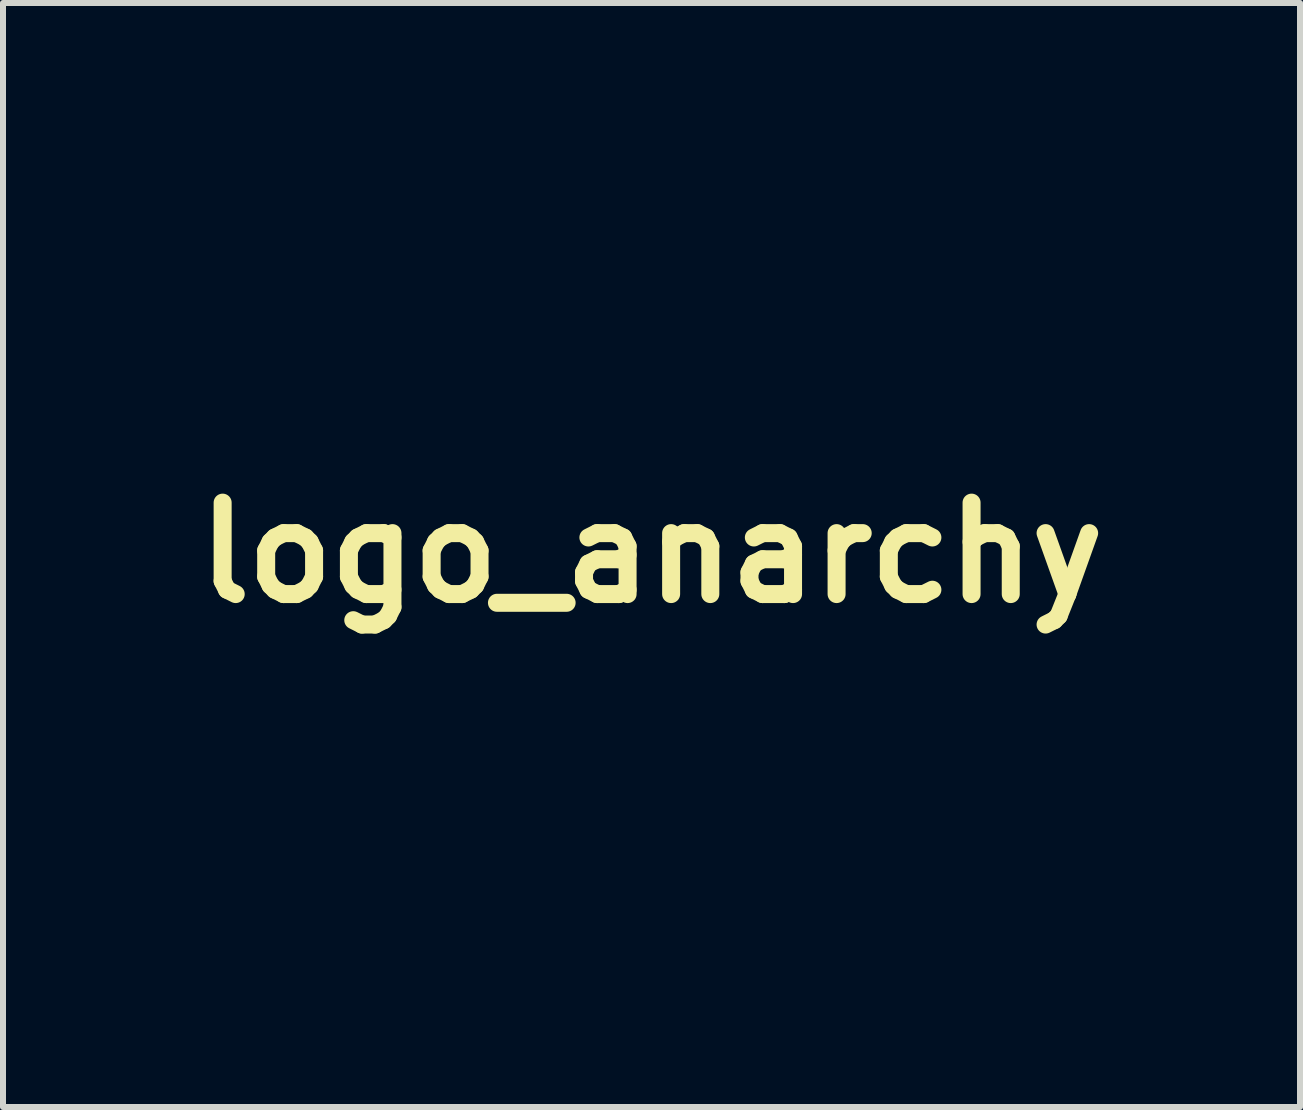
<source format=kicad_pcb>
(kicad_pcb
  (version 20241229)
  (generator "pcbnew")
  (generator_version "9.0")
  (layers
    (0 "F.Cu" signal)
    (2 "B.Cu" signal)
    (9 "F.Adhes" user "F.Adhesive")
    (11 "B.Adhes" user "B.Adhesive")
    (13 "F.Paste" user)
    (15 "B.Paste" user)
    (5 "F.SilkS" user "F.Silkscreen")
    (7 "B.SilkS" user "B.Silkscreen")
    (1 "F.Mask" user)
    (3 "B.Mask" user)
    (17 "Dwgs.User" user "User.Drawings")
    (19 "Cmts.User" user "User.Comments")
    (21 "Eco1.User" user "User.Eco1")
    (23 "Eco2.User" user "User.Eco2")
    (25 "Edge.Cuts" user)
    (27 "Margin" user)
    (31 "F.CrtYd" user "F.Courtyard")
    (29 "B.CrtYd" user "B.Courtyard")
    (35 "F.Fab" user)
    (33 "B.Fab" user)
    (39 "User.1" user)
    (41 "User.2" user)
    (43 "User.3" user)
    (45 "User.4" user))
  (footprint "logo_anarchy"
    (layer "F.Cu")
    (at 7.809 6.162)
    (property "Reference" "logo_anarchy" (at 0 0 0) (layer "F.SilkS") (effects (font (size 1.524 1.524) (thickness 0.3))))
    (attr through_hole)
    (fp_poly (pts (xy 0.349 -6.148) (xy 0.75 -6.12) (xy 1.115 -6.078) (xy 1.405 -6.025) (xy 1.579 -5.966) (xy 1.606 -5.944) (xy 1.716 -5.891) (xy 1.863 -5.864) (xy 2.028 -5.818) (xy 2.299 -5.712) (xy 2.631 -5.565) (xy 2.836 -5.467) (xy 3.733 -4.938) (xy 4.518 -4.296) (xy 5.18 -3.555) (xy 5.711 -2.728) (xy 6.101 -1.831) (xy 6.34 -0.875) (xy 6.403 -0.339) (xy 6.423 0.275) (xy 6.381 0.855) (xy 6.271 1.445) (xy 6.083 2.086) (xy 5.811 2.821) (xy 5.771 2.921) (xy 5.65 3.224) (xy 5.539 3.511) (xy 5.499 3.619) (xy 5.405 3.828) (xy 5.32 3.875) (xy 5.221 3.759) (xy 5.15 3.62) (xy 5.076 3.437) (xy 5.076 3.297) (xy 5.161 3.123) (xy 5.221 3.026) (xy 5.551 2.372) (xy 5.797 1.612) (xy 5.951 0.791) (xy 6.005 -0.047) (xy 5.952 -0.857) (xy 5.919 -1.062) (xy 5.688 -1.864) (xy 5.307 -2.644) (xy 4.794 -3.381) (xy 4.167 -4.055) (xy 3.446 -4.646) (xy 2.649 -5.133) (xy 1.854 -5.475) (xy 1.151 -5.654) (xy 0.368 -5.742) (xy -0.431 -5.738) (xy -1.182 -5.638) (xy -1.344 -5.601) (xy -2.332 -5.275) (xy -3.207 -4.825) (xy -3.971 -4.246) (xy -4.631 -3.536) (xy -5.191 -2.689) (xy -5.38 -2.328) (xy -5.704 -1.512) (xy -5.875 -0.686) (xy -5.894 0.168) (xy -5.761 1.071) (xy -5.581 1.736) (xy -5.433 2.15) (xy -5.264 2.543) (xy -5.09 2.883) (xy -4.928 3.14) (xy -4.794 3.283) (xy -4.743 3.302) (xy -4.674 3.276) (xy -4.673 3.181) (xy -4.747 2.994) (xy -4.902 2.693) (xy -4.953 2.6) (xy -5.291 1.823) (xy -5.509 0.966) (xy -5.6 0.075) (xy -5.559 -0.808) (xy -5.469 -1.312) (xy -5.204 -2.091) (xy -4.793 -2.843) (xy -4.26 -3.541) (xy -3.628 -4.159) (xy -2.921 -4.67) (xy -2.231 -5.019) (xy -1.874 -5.152) (xy -1.507 -5.268) (xy -1.172 -5.356) (xy -0.911 -5.405) (xy -0.77 -5.405) (xy -0.79 -5.326) (xy -0.878 -5.111) (xy -1.027 -4.775) (xy -1.23 -4.335) (xy -1.481 -3.805) (xy -1.771 -3.202) (xy -2.094 -2.54) (xy -2.323 -2.074) (xy -2.727 -1.261) (xy -3.063 -0.59) (xy -3.338 -0.05) (xy -3.557 0.371) (xy -3.727 0.683) (xy -3.853 0.896) (xy -3.942 1.023) (xy -3.999 1.075) (xy -4.031 1.06) (xy -4.032 1.058) (xy -4.062 0.907) (xy -4.087 0.629) (xy -4.102 0.268) (xy -4.106 -0.042) (xy -4.102 -0.471) (xy -4.083 -0.783) (xy -4.042 -1.032) (xy -3.968 -1.271) (xy -3.853 -1.554) (xy -3.839 -1.587) (xy -3.708 -1.906) (xy -3.649 -2.099) (xy -3.658 -2.188) (xy -3.696 -2.201) (xy -3.79 -2.129) (xy -3.925 -1.938) (xy -4.074 -1.663) (xy -4.09 -1.63) (xy -4.229 -1.311) (xy -4.315 -1.031) (xy -4.363 -0.72) (xy -4.388 -0.312) (xy -4.389 -0.28) (xy -4.377 0.502) (xy -4.272 1.169) (xy -4.15 1.563) (xy -4.075 1.722) (xy -4.004 1.739) (xy -3.945 1.687) (xy -3.885 1.588) (xy -3.761 1.352) (xy -3.578 0.996) (xy -3.344 0.533) (xy -3.069 -0.019) (xy -2.759 -0.645) (xy -2.423 -1.33) (xy -2.106 -1.977) (xy -0.381 -5.52) (xy 0.339 -5.476) (xy 1.298 -5.334) (xy 2.206 -5.041) (xy 3.046 -4.607) (xy 3.803 -4.046) (xy 4.46 -3.369) (xy 5.001 -2.59) (xy 5.409 -1.72) (xy 5.467 -1.557) (xy 5.579 -1.187) (xy 5.648 -0.85) (xy 5.683 -0.48) (xy 5.694 -0.009) (xy 5.694 -0.000471) (xy 5.661 0.774) (xy 5.546 1.454) (xy 5.336 2.101) (xy 5.145 2.525) (xy 4.875 3.073) (xy 4.487 2.277) (xy 4.306 1.899) (xy 4.137 1.535) (xy 4.004 1.24) (xy 3.955 1.122) (xy 3.811 0.762) (xy 2.131 0.762) (xy 1.824 1.181) (xy 1.463 1.589) (xy 1.061 1.862) (xy 0.567 2.034) (xy 0.541 2.04) (xy -0.011 2.085) (xy -0.566 1.982) (xy -0.952 1.806) (xy -0.141 1.806) (xy -0.129 1.857) (xy -0.085 1.863) (xy -0.015 1.832) (xy -0.028 1.806) (xy -0.129 1.796) (xy -0.141 1.806) (xy -0.952 1.806) (xy -1.083 1.747) (xy -1.521 1.395) (xy -1.692 1.188) (xy -1.803 1.017) (xy -1.838 0.884) (xy -1.801 0.716) (xy -1.738 0.545) (xy -1.64 0.317) (xy -1.542 0.206) (xy -1.389 0.172) (xy -1.27 0.169) (xy -1.035 0.194) (xy -0.88 0.297) (xy -0.771 0.451) (xy -0.598 0.665) (xy -0.404 0.819) (xy -0.379 0.832) (xy -0.145 0.902) (xy 0.116 0.928) (xy 0.34 0.91) (xy 0.465 0.847) (xy 0.466 0.847) (xy 0.49 0.789) (xy 0.447 0.755) (xy 0.3 0.732) (xy 0.098 0.715) (xy -0.192 0.628) (xy -0.44 0.446) (xy -0.591 0.213) (xy -0.609 0.138) (xy -0.654 0.024) (xy -0.775 -0.037) (xy -1.018 -0.067) (xy -1.035 -0.068) (xy -1.434 -0.094) (xy -0.697 -1.571) (xy -0.467 -2.026) (xy -0.262 -2.424) (xy -0.092 -2.742) (xy 0.029 -2.958) (xy 0.09 -3.047) (xy 0.092 -3.048) (xy 0.144 -2.975) (xy 0.253 -2.775) (xy 0.405 -2.472) (xy 0.587 -2.093) (xy 0.706 -1.841) (xy 1.267 -0.635) (xy 2.191 -0.611) (xy 3.116 -0.587) (xy 2.933 -1.034) (xy 2.819 -1.302) (xy 2.721 -1.514) (xy 2.676 -1.597) (xy 2.592 -1.748) (xy 2.462 -2) (xy 2.305 -2.318) (xy 2.136 -2.665) (xy 1.974 -3.007) (xy 1.835 -3.308) (xy 1.736 -3.532) (xy 1.694 -3.644) (xy 1.693 -3.647) (xy 1.756 -3.67) (xy 1.923 -3.608) (xy 2.165 -3.477) (xy 2.451 -3.293) (xy 2.75 -3.074) (xy 2.78 -3.051) (xy 3.346 -2.505) (xy 3.792 -1.851) (xy 4.033 -1.333) (xy 4.159 -1.054) (xy 4.279 -0.851) (xy 4.368 -0.763) (xy 4.375 -0.762) (xy 4.458 -0.825) (xy 4.453 -0.999) (xy 4.371 -1.256) (xy 4.225 -1.573) (xy 4.03 -1.922) (xy 3.797 -2.28) (xy 3.54 -2.62) (xy 3.302 -2.885) (xy 3.023 -3.142) (xy 2.7 -3.397) (xy 2.359 -3.636) (xy 2.024 -3.845) (xy 1.722 -4.007) (xy 1.479 -4.108) (xy 1.32 -4.133) (xy 1.27 -4.078) (xy 1.304 -3.98) (xy 1.401 -3.753) (xy 1.547 -3.422) (xy 1.734 -3.011) (xy 1.95 -2.546) (xy 1.99 -2.46) (xy 2.209 -1.988) (xy 2.402 -1.566) (xy 2.556 -1.219) (xy 2.662 -0.973) (xy 2.708 -0.85) (xy 2.709 -0.843) (xy 2.634 -0.797) (xy 2.441 -0.771) (xy 2.184 -0.764) (xy 1.912 -0.778) (xy 1.678 -0.812) (xy 1.588 -0.838) (xy 1.491 -0.907) (xy 1.377 -1.056) (xy 1.234 -1.305) (xy 1.051 -1.672) (xy 0.818 -2.177) (xy 0.812 -2.19) (xy 0.613 -2.622) (xy 0.432 -3.003) (xy 0.281 -3.302) (xy 0.175 -3.494) (xy 0.136 -3.548) (xy 0.068 -3.504) (xy -0.057 -3.327) (xy -0.23 -3.041) (xy -0.438 -2.667) (xy -0.671 -2.228) (xy -0.917 -1.746) (xy -1.166 -1.245) (xy -1.407 -0.746) (xy -1.627 -0.271) (xy -1.817 0.157) (xy -1.965 0.515) (xy -2.06 0.781) (xy -2.091 0.934) (xy -2.089 0.945) (xy -2.005 1.124) (xy -1.843 1.363) (xy -1.698 1.54) (xy -1.261 1.923) (xy -0.753 2.182) (xy -0.204 2.316) (xy 0.357 2.326) (xy 0.899 2.215) (xy 1.393 1.982) (xy 1.811 1.629) (xy 1.967 1.428) (xy 2.244 1.02) (xy 2.947 1.018) (xy 3.651 1.016) (xy 4.281 2.338) (xy 4.492 2.784) (xy 4.679 3.189) (xy 4.828 3.523) (xy 4.927 3.756) (xy 4.96 3.848) (xy 4.959 3.962) (xy 4.888 4.099) (xy 4.727 4.285) (xy 4.456 4.547) (xy 4.421 4.58) (xy 3.891 5.007) (xy 3.27 5.407) (xy 2.616 5.747) (xy 1.986 5.995) (xy 1.782 6.054) (xy 1.301 6.146) (xy 0.736 6.206) (xy 0.144 6.232) (xy -0.419 6.223) (xy -0.898 6.175) (xy -1.058 6.144) (xy -1.44 6.043) (xy -1.858 5.918) (xy -2.074 5.846) (xy -2.378 5.723) (xy -2.722 5.558) (xy -3.07 5.372) (xy -3.383 5.187) (xy -3.627 5.023) (xy -3.762 4.902) (xy -3.775 4.879) (xy -3.754 4.77) (xy -3.671 4.538) (xy -3.536 4.215) (xy -3.362 3.83) (xy -3.283 3.664) (xy -2.752 2.551) (xy -2.266 2.92) (xy -1.791 3.245) (xy -1.337 3.467) (xy -0.854 3.602) (xy -0.291 3.665) (xy 0.127 3.676) (xy 0.748 3.655) (xy 1.254 3.576) (xy 1.697 3.425) (xy 2.127 3.185) (xy 2.427 2.97) (xy 2.865 2.638) (xy 3.335 3.742) (xy 3.128 3.904) (xy 2.889 4.059) (xy 2.547 4.245) (xy 2.157 4.433) (xy 1.778 4.598) (xy 1.464 4.711) (xy 1.397 4.73) (xy 0.551 4.862) (xy -0.331 4.853) (xy -1.193 4.707) (xy -1.671 4.557) (xy -1.97 4.466) (xy -2.175 4.446) (xy -2.263 4.496) (xy -2.242 4.575) (xy -2.144 4.634) (xy -1.925 4.725) (xy -1.626 4.83) (xy -1.516 4.866) (xy -1.152 4.97) (xy -0.818 5.035) (xy -0.452 5.069) (xy 0.01 5.08) (xy 0.114 5.08) (xy 1.04 5.024) (xy 1.854 4.854) (xy 2.573 4.563) (xy 3.213 4.146) (xy 3.353 4.03) (xy 3.661 3.764) (xy 3.307 3.049) (xy 3.151 2.735) (xy 3.022 2.483) (xy 2.939 2.33) (xy 2.92 2.3) (xy 2.844 2.331) (xy 2.681 2.448) (xy 2.523 2.577) (xy 2.248 2.782) (xy 1.901 3.001) (xy 1.61 3.159) (xy 1.356 3.279) (xy 1.144 3.357) (xy 0.925 3.402) (xy 0.651 3.423) (xy 0.271 3.429) (xy 0.124 3.429) (xy -0.293 3.426) (xy -0.591 3.412) (xy -0.822 3.376) (xy -1.036 3.307) (xy -1.284 3.196) (xy -1.451 3.114) (xy -1.794 2.925) (xy -2.115 2.716) (xy -2.352 2.526) (xy -2.378 2.501) (xy -2.563 2.327) (xy -2.708 2.219) (xy -2.753 2.202) (xy -2.817 2.274) (xy -2.941 2.474) (xy -3.111 2.777) (xy -3.313 3.159) (xy -3.496 3.52) (xy -3.721 3.958) (xy -3.923 4.327) (xy -4.088 4.605) (xy -4.204 4.77) (xy -4.251 4.806) (xy -4.351 4.758) (xy -4.408 4.681) (xy -4.417 4.558) (xy -4.372 4.369) (xy -4.267 4.098) (xy -4.098 3.724) (xy -3.858 3.231) (xy -3.668 2.849) (xy -2.83 1.174) (xy -2.554 1.6) (xy -2.149 2.107) (xy -1.644 2.516) (xy -1.192 2.772) (xy -0.892 2.898) (xy -0.581 2.977) (xy -0.194 3.021) (xy 0.01 3.033) (xy 0.385 3.046) (xy 0.653 3.034) (xy 0.878 2.987) (xy 1.122 2.893) (xy 1.31 2.808) (xy 1.799 2.523) (xy 2.237 2.166) (xy 2.283 2.12) (xy 2.592 1.836) (xy 2.835 1.698) (xy 3.029 1.707) (xy 3.192 1.861) (xy 3.315 2.095) (xy 3.436 2.362) (xy 3.603 2.714) (xy 3.786 3.087) (xy 3.837 3.19) (xy 4.187 3.882) (xy 4.019 4.07) (xy 3.866 4.209) (xy 3.619 4.396) (xy 3.329 4.594) (xy 3.302 4.612) (xy 2.409 5.094) (xy 1.494 5.408) (xy 0.554 5.554) (xy -0.411 5.533) (xy -1.298 5.371) (xy -1.614 5.277) (xy -1.962 5.152) (xy -2.307 5.012) (xy -2.612 4.872) (xy -2.841 4.749) (xy -2.956 4.66) (xy -2.963 4.641) (xy -2.929 4.542) (xy -2.844 4.346) (xy -2.732 4.105) (xy -2.62 3.875) (xy -2.532 3.708) (xy -2.502 3.662) (xy -2.425 3.688) (xy -2.241 3.776) (xy -2.023 3.891) (xy -1.274 4.204) (xy -0.466 4.375) (xy 0.37 4.404) (xy 1.198 4.292) (xy 1.985 4.037) (xy 2.217 3.929) (xy 2.453 3.798) (xy 2.622 3.683) (xy 2.669 3.637) (xy 2.701 3.522) (xy 2.598 3.501) (xy 2.369 3.574) (xy 2.18 3.66) (xy 1.339 3.983) (xy 0.49 4.139) (xy -0.357 4.127) (xy -1.195 3.947) (xy -2.006 3.605) (xy -2.539 3.322) (xy -2.704 3.589) (xy -2.87 3.881) (xy -3.025 4.194) (xy -3.151 4.487) (xy -3.231 4.717) (xy -3.247 4.846) (xy -3.244 4.851) (xy -3.129 4.941) (xy -2.891 5.067) (xy -2.567 5.216) (xy -2.194 5.37) (xy -1.809 5.514) (xy -1.45 5.632) (xy -1.278 5.681) (xy -0.466 5.818) (xy 0.397 5.839) (xy 1.261 5.747) (xy 2.08 5.547) (xy 2.722 5.287) (xy 3.002 5.13) (xy 3.337 4.918) (xy 3.688 4.679) (xy 4.011 4.442) (xy 4.267 4.237) (xy 4.404 4.104) (xy 4.434 4.031) (xy 4.422 3.91) (xy 4.362 3.719) (xy 4.244 3.434) (xy 4.063 3.034) (xy 3.929 2.751) (xy 3.349 1.524) (xy 2.933 1.524) (xy 2.699 1.534) (xy 2.526 1.583) (xy 2.356 1.7) (xy 2.135 1.913) (xy 2.114 1.934) (xy 1.835 2.184) (xy 1.528 2.408) (xy 1.318 2.528) (xy 0.726 2.718) (xy 0.078 2.772) (xy -0.583 2.692) (xy -1.216 2.478) (xy -1.301 2.437) (xy -1.668 2.192) (xy -2.034 1.845) (xy -2.343 1.458) (xy -2.498 1.184) (xy -2.66 0.824) (xy -1.803 -0.879) (xy -1.514 -1.459) (xy -1.212 -2.069) (xy -0.92 -2.666) (xy -0.66 -3.204) (xy -0.452 -3.641) (xy -0.434 -3.681) (xy 0.079 -4.779) (xy 0.496 -3.892) (xy 0.716 -3.422) (xy 0.962 -2.897) (xy 1.194 -2.401) (xy 1.297 -2.18) (xy 1.501 -1.768) (xy 1.664 -1.492) (xy 1.782 -1.357) (xy 1.849 -1.371) (xy 1.863 -1.47) (xy 1.828 -1.578) (xy 1.733 -1.809) (xy 1.592 -2.135) (xy 1.417 -2.525) (xy 1.222 -2.952) (xy 1.021 -3.385) (xy 0.826 -3.797) (xy 0.653 -4.157) (xy 0.513 -4.437) (xy 0.42 -4.607) (xy 0.4 -4.638) (xy 0.346 -4.725) (xy 0.374 -4.768) (xy 0.509 -4.767) (xy 0.772 -4.724) (xy 0.974 -4.685) (xy 1.788 -4.443) (xy 2.571 -4.058) (xy 3.276 -3.555) (xy 3.543 -3.309) (xy 4.136 -2.626) (xy 4.567 -1.916) (xy 4.843 -1.163) (xy 4.973 -0.348) (xy 4.985 0.1) (xy 4.974 0.481) (xy 4.954 0.825) (xy 4.928 1.078) (xy 4.916 1.143) (xy 4.902 1.217) (xy 4.89 1.276) (xy 4.873 1.306) (xy 4.844 1.293) (xy 4.794 1.223) (xy 4.716 1.082) (xy 4.602 0.857) (xy 4.444 0.535) (xy 4.236 0.1) (xy 3.969 -0.46) (xy 3.653 -1.122) (xy 3.461 -1.509) (xy 3.289 -1.835) (xy 3.15 -2.072) (xy 3.061 -2.192) (xy 3.045 -2.201) (xy 2.999 -2.181) (xy 2.993 -2.108) (xy 3.035 -1.962) (xy 3.131 -1.721) (xy 3.289 -1.367) (xy 3.48 -0.954) (xy 3.644 -0.602) (xy 3.777 -0.31) (xy 3.865 -0.11) (xy 3.895 -0.034) (xy 3.816 -0.015) (xy 3.603 -0.005) (xy 3.29 -0.001) (xy 2.912 -0.005) (xy 2.504 -0.015) (xy 2.101 -0.031) (xy 1.736 -0.054) (xy 1.716 -0.055) (xy 1.371 -0.085) (xy 1.152 -0.121) (xy 1.018 -0.178) (xy 0.926 -0.273) (xy 0.854 -0.388) (xy 0.662 -0.596) (xy 0.391 -0.755) (xy 0.105 -0.837) (xy -0.121 -0.818) (xy -0.244 -0.726) (xy -0.218 -0.636) (xy -0.058 -0.593) (xy -0.048 -0.593) (xy 0.319 -0.531) (xy 0.573 -0.343) (xy 0.686 -0.136) (xy 0.784 0.068) (xy 0.924 0.16) (xy 1.094 0.186) (xy 1.327 0.243) (xy 1.416 0.368) (xy 1.362 0.575) (xy 1.252 0.758) (xy 0.909 1.132) (xy 0.506 1.358) (xy 0.069 1.433) (xy -0.374 1.355) (xy -0.799 1.122) (xy -0.975 0.967) (xy -1.17 0.806) (xy -1.295 0.764) (xy -1.328 0.835) (xy -1.249 1.013) (xy -1.232 1.04) (xy -0.939 1.334) (xy -0.519 1.523) (xy 0.023 1.605) (xy 0.175 1.609) (xy 0.793 1.609) (xy 1.192 1.195) (xy 1.408 0.941) (xy 1.575 0.69) (xy 1.649 0.517) (xy 1.707 0.254) (xy 4.07 0.254) (xy 4.443 1.058) (xy 4.604 1.39) (xy 4.748 1.656) (xy 4.854 1.822) (xy 4.899 1.863) (xy 4.995 1.783) (xy 5.083 1.567) (xy 5.16 1.246) (xy 5.221 0.853) (xy 5.261 0.419) (xy 5.276 -0.023) (xy 5.261 -0.44) (xy 5.246 -0.593) (xy 5.078 -1.329) (xy 4.764 -2.069) (xy 4.324 -2.778) (xy 3.779 -3.415) (xy 3.15 -3.956) (xy 2.454 -4.399) (xy 1.724 -4.731) (xy 0.994 -4.934) (xy 0.367 -4.995) (xy -0.076 -4.995) (xy -2.001 -1.101) (xy -2.374 -0.347) (xy -2.727 0.358) (xy -3.05 1.001) (xy -3.338 1.568) (xy -3.583 2.044) (xy -3.777 2.416) (xy -3.914 2.668) (xy -3.985 2.786) (xy -3.993 2.794) (xy -4.078 2.719) (xy -4.199 2.52) (xy -4.341 2.23) (xy -4.488 1.887) (xy -4.623 1.525) (xy -4.731 1.181) (xy -4.747 1.12) (xy -4.892 0.239) (xy -4.871 -0.612) (xy -4.685 -1.43) (xy -4.335 -2.211) (xy -3.821 -2.95) (xy -3.557 -3.247) (xy -3.293 -3.504) (xy -2.996 -3.757) (xy -2.698 -3.987) (xy -2.427 -4.17) (xy -2.215 -4.286) (xy -2.091 -4.313) (xy -2.078 -4.305) (xy -2.106 -4.224) (xy -2.197 -4.013) (xy -2.342 -3.695) (xy -2.531 -3.292) (xy -2.753 -2.826) (xy -2.846 -2.633) (xy -3.08 -2.146) (xy -3.287 -1.71) (xy -3.455 -1.347) (xy -3.575 -1.082) (xy -3.636 -0.937) (xy -3.641 -0.918) (xy -3.576 -0.849) (xy -3.556 -0.847) (xy -3.5 -0.919) (xy -3.383 -1.118) (xy -3.216 -1.419) (xy -3.014 -1.797) (xy -2.789 -2.227) (xy -2.554 -2.684) (xy -2.322 -3.143) (xy -2.105 -3.578) (xy -1.917 -3.966) (xy -1.769 -4.28) (xy -1.676 -4.496) (xy -1.657 -4.551) (xy -1.634 -4.676) (xy -1.68 -4.729) (xy -1.816 -4.706) (xy -2.062 -4.606) (xy -2.357 -4.466) (xy -2.863 -4.158) (xy -3.385 -3.734) (xy -3.884 -3.235) (xy -4.316 -2.705) (xy -4.641 -2.185) (xy -4.674 -2.117) (xy -4.896 -1.624) (xy -5.041 -1.218) (xy -5.124 -0.84) (xy -5.159 -0.433) (xy -5.163 -0.169) (xy -5.081 0.782) (xy -4.836 1.703) (xy -4.427 2.604) (xy -4.231 2.935) (xy -4.176 3.058) (xy -4.176 3.196) (xy -4.241 3.402) (xy -4.325 3.606) (xy -4.446 3.865) (xy -4.553 4.052) (xy -4.616 4.12) (xy -4.71 4.07) (xy -4.866 3.902) (xy -5.061 3.645) (xy -5.275 3.33) (xy -5.487 2.987) (xy -5.645 2.698) (xy -5.968 1.926) (xy -6.184 1.083) (xy -6.291 0.214) (xy -6.281 -0.635) (xy -6.149 -1.42) (xy -6.145 -1.434) (xy -5.799 -2.412) (xy -5.316 -3.299) (xy -4.709 -4.083) (xy -3.988 -4.757) (xy -3.166 -5.311) (xy -2.253 -5.736) (xy -1.261 -6.021) (xy -0.397 -6.144) (xy -0.046 -6.157) (xy 0.349 -6.148)) (stroke (width 0.01) (type solid)) (fill yes) (layer "F.Mask")))
  (gr_rect
    (start -3 -3)
    (end 18.617 15.4)
    (stroke (width 0.1) (type default))
    (fill no)
    (layer "Edge.Cuts")))
</source>
